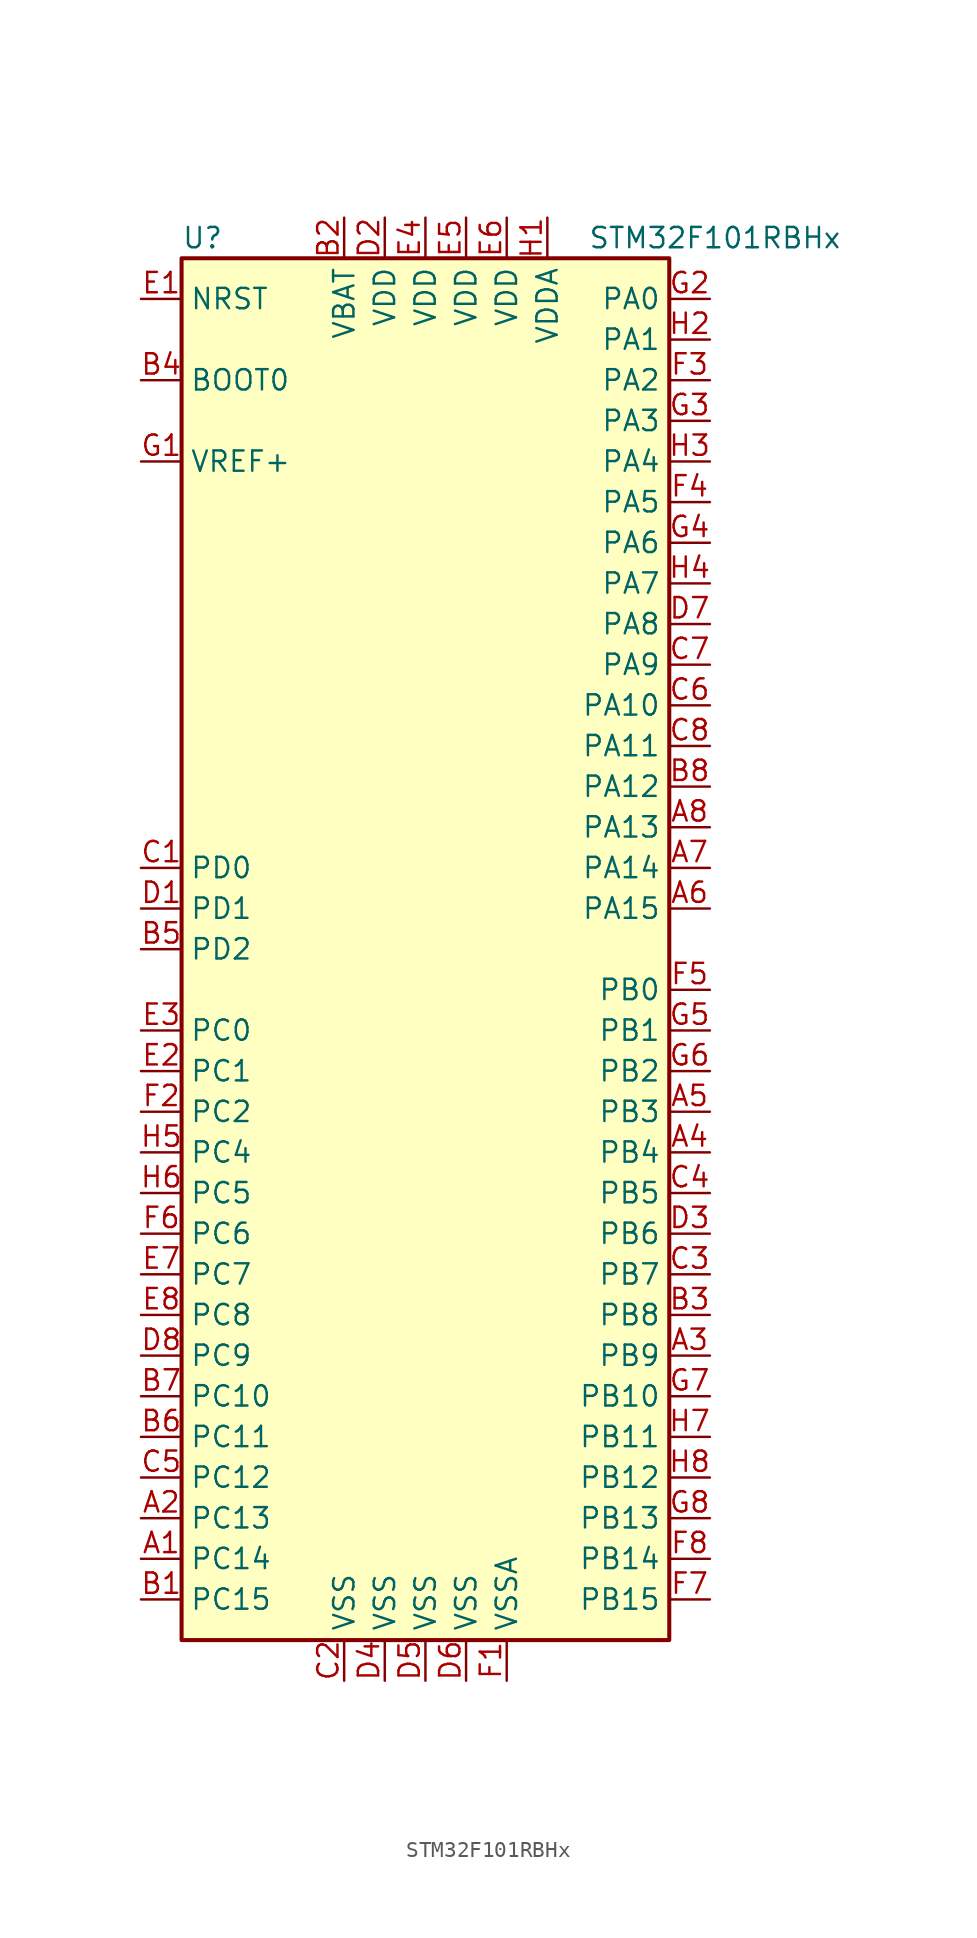
<source format=kicad_sym>
(kicad_symbol_lib
  (version 20201005)
  (generator kicad_symbol_editor)
  (symbol "STM32F101RBHx"
    (property "Reference" "U"
      (at -15.24 44.45 0)
      (effects (font (size 1.27 1.27)) (justify left)))
    (property "Value" "STM32F101RBHx"
      (at 10.16 44.45 0)
      (effects (font (size 1.27 1.27)) (justify left)))
    (symbol "STM32F101RBHx_0_1"
      (rectangle (start -15.24 -43.18) (end 15.24 43.18) (stroke (width 0.254)) (fill (type background))))
    (symbol "STM32F101RBHx_1_1"
      (pin input line (at -17.78 35.56 0) (length 2.54) (name "BOOT0" (effects (font (size 1.27 1.27)))) (number "B4" (effects (font (size 1.27 1.27)))))
      (pin input line (at -17.78 40.64 0) (length 2.54) (name "NRST" (effects (font (size 1.27 1.27)))) (number "E1" (effects (font (size 1.27 1.27)))))
      (pin bidirectional line (at 17.78 40.64 180) (length 2.54) (name "PA0" (effects (font (size 1.27 1.27)))) (number "G2" (effects (font (size 1.27 1.27)))))
      (pin bidirectional line (at 17.78 38.1 180) (length 2.54) (name "PA1" (effects (font (size 1.27 1.27)))) (number "H2" (effects (font (size 1.27 1.27)))))
      (pin bidirectional line (at 17.78 15.24 180) (length 2.54) (name "PA10" (effects (font (size 1.27 1.27)))) (number "C6" (effects (font (size 1.27 1.27)))))
      (pin bidirectional line (at 17.78 12.7 180) (length 2.54) (name "PA11" (effects (font (size 1.27 1.27)))) (number "C8" (effects (font (size 1.27 1.27)))))
      (pin bidirectional line (at 17.78 10.16 180) (length 2.54) (name "PA12" (effects (font (size 1.27 1.27)))) (number "B8" (effects (font (size 1.27 1.27)))))
      (pin bidirectional line (at 17.78 7.62 180) (length 2.54) (name "PA13" (effects (font (size 1.27 1.27)))) (number "A8" (effects (font (size 1.27 1.27)))))
      (pin bidirectional line (at 17.78 5.08 180) (length 2.54) (name "PA14" (effects (font (size 1.27 1.27)))) (number "A7" (effects (font (size 1.27 1.27)))))
      (pin bidirectional line (at 17.78 2.54 180) (length 2.54) (name "PA15" (effects (font (size 1.27 1.27)))) (number "A6" (effects (font (size 1.27 1.27)))))
      (pin bidirectional line (at 17.78 35.56 180) (length 2.54) (name "PA2" (effects (font (size 1.27 1.27)))) (number "F3" (effects (font (size 1.27 1.27)))))
      (pin bidirectional line (at 17.78 33.02 180) (length 2.54) (name "PA3" (effects (font (size 1.27 1.27)))) (number "G3" (effects (font (size 1.27 1.27)))))
      (pin bidirectional line (at 17.78 30.48 180) (length 2.54) (name "PA4" (effects (font (size 1.27 1.27)))) (number "H3" (effects (font (size 1.27 1.27)))))
      (pin bidirectional line (at 17.78 27.94 180) (length 2.54) (name "PA5" (effects (font (size 1.27 1.27)))) (number "F4" (effects (font (size 1.27 1.27)))))
      (pin bidirectional line (at 17.78 25.4 180) (length 2.54) (name "PA6" (effects (font (size 1.27 1.27)))) (number "G4" (effects (font (size 1.27 1.27)))))
      (pin bidirectional line (at 17.78 22.86 180) (length 2.54) (name "PA7" (effects (font (size 1.27 1.27)))) (number "H4" (effects (font (size 1.27 1.27)))))
      (pin bidirectional line (at 17.78 20.32 180) (length 2.54) (name "PA8" (effects (font (size 1.27 1.27)))) (number "D7" (effects (font (size 1.27 1.27)))))
      (pin bidirectional line (at 17.78 17.78 180) (length 2.54) (name "PA9" (effects (font (size 1.27 1.27)))) (number "C7" (effects (font (size 1.27 1.27)))))
      (pin bidirectional line (at 17.78 -2.54 180) (length 2.54) (name "PB0" (effects (font (size 1.27 1.27)))) (number "F5" (effects (font (size 1.27 1.27)))))
      (pin bidirectional line (at 17.78 -5.08 180) (length 2.54) (name "PB1" (effects (font (size 1.27 1.27)))) (number "G5" (effects (font (size 1.27 1.27)))))
      (pin bidirectional line (at 17.78 -27.94 180) (length 2.54) (name "PB10" (effects (font (size 1.27 1.27)))) (number "G7" (effects (font (size 1.27 1.27)))))
      (pin bidirectional line (at 17.78 -30.48 180) (length 2.54) (name "PB11" (effects (font (size 1.27 1.27)))) (number "H7" (effects (font (size 1.27 1.27)))))
      (pin bidirectional line (at 17.78 -33.02 180) (length 2.54) (name "PB12" (effects (font (size 1.27 1.27)))) (number "H8" (effects (font (size 1.27 1.27)))))
      (pin bidirectional line (at 17.78 -35.56 180) (length 2.54) (name "PB13" (effects (font (size 1.27 1.27)))) (number "G8" (effects (font (size 1.27 1.27)))))
      (pin bidirectional line (at 17.78 -38.1 180) (length 2.54) (name "PB14" (effects (font (size 1.27 1.27)))) (number "F8" (effects (font (size 1.27 1.27)))))
      (pin bidirectional line (at 17.78 -40.64 180) (length 2.54) (name "PB15" (effects (font (size 1.27 1.27)))) (number "F7" (effects (font (size 1.27 1.27)))))
      (pin bidirectional line (at 17.78 -7.62 180) (length 2.54) (name "PB2" (effects (font (size 1.27 1.27)))) (number "G6" (effects (font (size 1.27 1.27)))))
      (pin bidirectional line (at 17.78 -10.16 180) (length 2.54) (name "PB3" (effects (font (size 1.27 1.27)))) (number "A5" (effects (font (size 1.27 1.27)))))
      (pin bidirectional line (at 17.78 -12.7 180) (length 2.54) (name "PB4" (effects (font (size 1.27 1.27)))) (number "A4" (effects (font (size 1.27 1.27)))))
      (pin bidirectional line (at 17.78 -15.24 180) (length 2.54) (name "PB5" (effects (font (size 1.27 1.27)))) (number "C4" (effects (font (size 1.27 1.27)))))
      (pin bidirectional line (at 17.78 -17.78 180) (length 2.54) (name "PB6" (effects (font (size 1.27 1.27)))) (number "D3" (effects (font (size 1.27 1.27)))))
      (pin bidirectional line (at 17.78 -20.32 180) (length 2.54) (name "PB7" (effects (font (size 1.27 1.27)))) (number "C3" (effects (font (size 1.27 1.27)))))
      (pin bidirectional line (at 17.78 -22.86 180) (length 2.54) (name "PB8" (effects (font (size 1.27 1.27)))) (number "B3" (effects (font (size 1.27 1.27)))))
      (pin bidirectional line (at 17.78 -25.4 180) (length 2.54) (name "PB9" (effects (font (size 1.27 1.27)))) (number "A3" (effects (font (size 1.27 1.27)))))
      (pin bidirectional line (at -17.78 -5.08 0) (length 2.54) (name "PC0" (effects (font (size 1.27 1.27)))) (number "E3" (effects (font (size 1.27 1.27)))))
      (pin bidirectional line (at -17.78 -7.62 0) (length 2.54) (name "PC1" (effects (font (size 1.27 1.27)))) (number "E2" (effects (font (size 1.27 1.27)))))
      (pin bidirectional line (at -17.78 -27.94 0) (length 2.54) (name "PC10" (effects (font (size 1.27 1.27)))) (number "B7" (effects (font (size 1.27 1.27)))))
      (pin bidirectional line (at -17.78 -30.48 0) (length 2.54) (name "PC11" (effects (font (size 1.27 1.27)))) (number "B6" (effects (font (size 1.27 1.27)))))
      (pin bidirectional line (at -17.78 -33.02 0) (length 2.54) (name "PC12" (effects (font (size 1.27 1.27)))) (number "C5" (effects (font (size 1.27 1.27)))))
      (pin bidirectional line (at -17.78 -35.56 0) (length 2.54) (name "PC13" (effects (font (size 1.27 1.27)))) (number "A2" (effects (font (size 1.27 1.27)))))
      (pin bidirectional line (at -17.78 -38.1 0) (length 2.54) (name "PC14" (effects (font (size 1.27 1.27)))) (number "A1" (effects (font (size 1.27 1.27)))))
      (pin bidirectional line (at -17.78 -40.64 0) (length 2.54) (name "PC15" (effects (font (size 1.27 1.27)))) (number "B1" (effects (font (size 1.27 1.27)))))
      (pin bidirectional line (at -17.78 -10.16 0) (length 2.54) (name "PC2" (effects (font (size 1.27 1.27)))) (number "F2" (effects (font (size 1.27 1.27)))))
      (pin bidirectional line (at -17.78 -12.7 0) (length 2.54) (name "PC4" (effects (font (size 1.27 1.27)))) (number "H5" (effects (font (size 1.27 1.27)))))
      (pin bidirectional line (at -17.78 -15.24 0) (length 2.54) (name "PC5" (effects (font (size 1.27 1.27)))) (number "H6" (effects (font (size 1.27 1.27)))))
      (pin bidirectional line (at -17.78 -17.78 0) (length 2.54) (name "PC6" (effects (font (size 1.27 1.27)))) (number "F6" (effects (font (size 1.27 1.27)))))
      (pin bidirectional line (at -17.78 -20.32 0) (length 2.54) (name "PC7" (effects (font (size 1.27 1.27)))) (number "E7" (effects (font (size 1.27 1.27)))))
      (pin bidirectional line (at -17.78 -22.86 0) (length 2.54) (name "PC8" (effects (font (size 1.27 1.27)))) (number "E8" (effects (font (size 1.27 1.27)))))
      (pin bidirectional line (at -17.78 -25.4 0) (length 2.54) (name "PC9" (effects (font (size 1.27 1.27)))) (number "D8" (effects (font (size 1.27 1.27)))))
      (pin input line (at -17.78 5.08 0) (length 2.54) (name "PD0" (effects (font (size 1.27 1.27)))) (number "C1" (effects (font (size 1.27 1.27)))))
      (pin input line (at -17.78 2.54 0) (length 2.54) (name "PD1" (effects (font (size 1.27 1.27)))) (number "D1" (effects (font (size 1.27 1.27)))))
      (pin bidirectional line (at -17.78 0 0) (length 2.54) (name "PD2" (effects (font (size 1.27 1.27)))) (number "B5" (effects (font (size 1.27 1.27)))))
      (pin power_in line (at -5.08 45.72 270) (length 2.54) (name "VBAT" (effects (font (size 1.27 1.27)))) (number "B2" (effects (font (size 1.27 1.27)))))
      (pin power_in line (at -2.54 45.72 270) (length 2.54) (name "VDD" (effects (font (size 1.27 1.27)))) (number "D2" (effects (font (size 1.27 1.27)))))
      (pin power_in line (at 0 45.72 270) (length 2.54) (name "VDD" (effects (font (size 1.27 1.27)))) (number "E4" (effects (font (size 1.27 1.27)))))
      (pin power_in line (at 2.54 45.72 270) (length 2.54) (name "VDD" (effects (font (size 1.27 1.27)))) (number "E5" (effects (font (size 1.27 1.27)))))
      (pin power_in line (at 5.08 45.72 270) (length 2.54) (name "VDD" (effects (font (size 1.27 1.27)))) (number "E6" (effects (font (size 1.27 1.27)))))
      (pin power_in line (at 7.62 45.72 270) (length 2.54) (name "VDDA" (effects (font (size 1.27 1.27)))) (number "H1" (effects (font (size 1.27 1.27)))))
      (pin power_in line (at -17.78 30.48 0) (length 2.54) (name "VREF+" (effects (font (size 1.27 1.27)))) (number "G1" (effects (font (size 1.27 1.27)))))
      (pin power_in line (at -5.08 -45.72 90) (length 2.54) (name "VSS" (effects (font (size 1.27 1.27)))) (number "C2" (effects (font (size 1.27 1.27)))))
      (pin power_in line (at -2.54 -45.72 90) (length 2.54) (name "VSS" (effects (font (size 1.27 1.27)))) (number "D4" (effects (font (size 1.27 1.27)))))
      (pin power_in line (at 0 -45.72 90) (length 2.54) (name "VSS" (effects (font (size 1.27 1.27)))) (number "D5" (effects (font (size 1.27 1.27)))))
      (pin power_in line (at 2.54 -45.72 90) (length 2.54) (name "VSS" (effects (font (size 1.27 1.27)))) (number "D6" (effects (font (size 1.27 1.27)))))
      (pin power_in line (at 5.08 -45.72 90) (length 2.54) (name "VSSA" (effects (font (size 1.27 1.27)))) (number "F1" (effects (font (size 1.27 1.27))))))))
</source>
